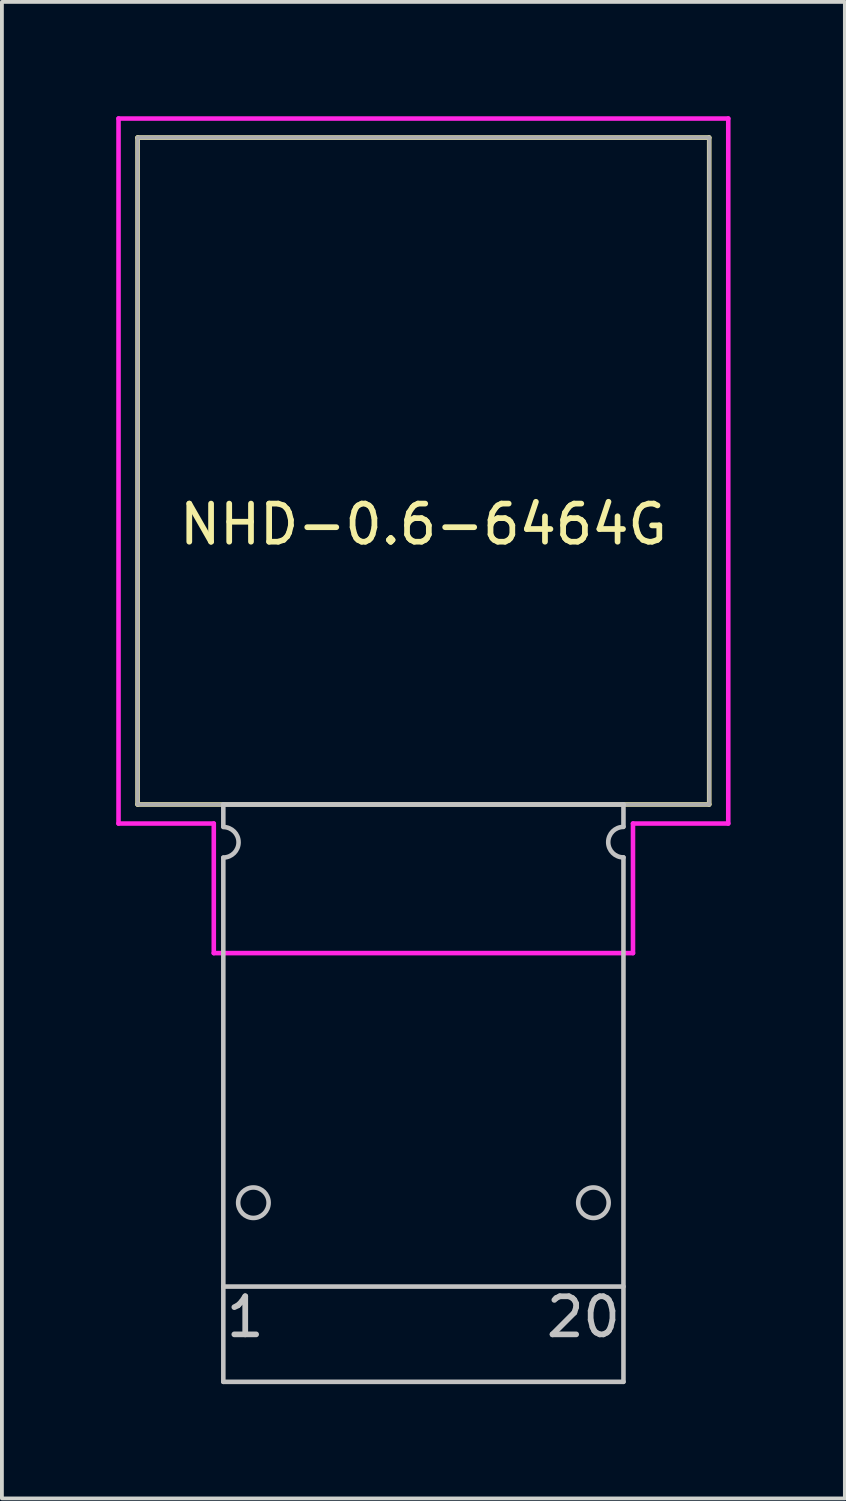
<source format=kicad_pcb>
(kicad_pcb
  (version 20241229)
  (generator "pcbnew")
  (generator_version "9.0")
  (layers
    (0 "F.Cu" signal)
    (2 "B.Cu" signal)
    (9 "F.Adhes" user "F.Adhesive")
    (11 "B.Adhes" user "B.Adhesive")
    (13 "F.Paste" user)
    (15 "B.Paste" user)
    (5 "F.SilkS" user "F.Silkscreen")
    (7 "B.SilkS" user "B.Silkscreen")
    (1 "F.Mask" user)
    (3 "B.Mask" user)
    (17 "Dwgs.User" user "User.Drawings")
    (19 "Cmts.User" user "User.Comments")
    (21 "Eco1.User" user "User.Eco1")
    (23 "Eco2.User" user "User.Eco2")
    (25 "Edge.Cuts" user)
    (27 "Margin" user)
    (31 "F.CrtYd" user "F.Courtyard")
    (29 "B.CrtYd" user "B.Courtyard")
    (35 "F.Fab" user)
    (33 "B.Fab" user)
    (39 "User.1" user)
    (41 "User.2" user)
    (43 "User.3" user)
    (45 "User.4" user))
  (footprint "NHD-0.6-6464G"
    (layer "F.Cu")
    (at 8.06 10.71)
    (property "Reference" "NHD-0.6-6464G" (at 0 0 0) (unlocked yes) (layer "F.SilkS") (effects (font (size 1 1) (thickness 0.15))))
    (attr through_hole)
    (fp_line (start -7.5 -10.15) (end 7.5 -10.15) (stroke (width 0.12) (type solid)) (layer "F.SilkS"))
    (fp_line (start -7.5 7.35) (end -7.5 -10.15) (stroke (width 0.12) (type solid)) (layer "F.SilkS"))
    (fp_line (start 7.5 -10.15) (end 7.5 7.35) (stroke (width 0.12) (type solid)) (layer "F.SilkS"))
    (fp_line (start 7.5 7.35) (end -7.5 7.35) (stroke (width 0.12) (type solid)) (layer "F.SilkS"))
    (fp_line (start -5.25 7.35) (end -5.25 7.925) (stroke (width 0.12) (type solid)) (layer "Dwgs.User"))
    (fp_line (start -5.25 7.35) (end 5.25 7.35) (stroke (width 0.12) (type solid)) (layer "Dwgs.User"))
    (fp_line (start -5.25 20) (end 5.25 20) (stroke (width 0.12) (type solid)) (layer "Dwgs.User"))
    (fp_line (start -5.25 22.5) (end -5.25 8.75) (stroke (width 0.12) (type solid)) (layer "Dwgs.User"))
    (fp_line (start 5.25 7.925) (end 5.25 7.35) (stroke (width 0.12) (type solid)) (layer "Dwgs.User"))
    (fp_line (start 5.25 8.74) (end 5.25 22.5) (stroke (width 0.12) (type solid)) (layer "Dwgs.User"))
    (fp_line (start 5.25 22.5) (end -5.25 22.5) (stroke (width 0.12) (type solid)) (layer "Dwgs.User"))
    (fp_arc (start -5.249795 7.941937) (mid -4.849795 8.341937) (end -5.249795 8.741937) (stroke (width 0.12) (type solid)) (layer "Dwgs.User"))
    (fp_arc (start 5.25 8.73882) (mid 4.85 8.33882) (end 5.25 7.93882) (stroke (width 0.12) (type solid)) (layer "Dwgs.User"))
    (fp_circle (center -4.461 17.8) (end -4.061 17.8) (stroke (width 0.12) (type solid)) (fill no) (layer "Dwgs.User"))
    (fp_circle (center 4.462 17.8) (end 4.862 17.8) (stroke (width 0.12) (type solid)) (fill no) (layer "Dwgs.User"))
    (fp_line (start -8 -10.65) (end 8 -10.65) (stroke (width 0.12) (type solid)) (layer "F.CrtYd"))
    (fp_line (start -8 7.85) (end -8 -10.65) (stroke (width 0.12) (type solid)) (layer "F.CrtYd"))
    (fp_line (start -5.5 7.85) (end -8 7.85) (stroke (width 0.12) (type solid)) (layer "F.CrtYd"))
    (fp_line (start -5.5 7.85) (end -5.5 11.25) (stroke (width 0.12) (type solid)) (layer "F.CrtYd"))
    (fp_line (start -5.5 11.25) (end 5.5 11.25) (stroke (width 0.12) (type solid)) (layer "F.CrtYd"))
    (fp_line (start 5.5 11.25) (end 5.5 7.85) (stroke (width 0.12) (type solid)) (layer "F.CrtYd"))
    (fp_line (start 8 -10.65) (end 8 7.85) (stroke (width 0.12) (type solid)) (layer "F.CrtYd"))
    (fp_line (start 8 7.85) (end 5.5 7.85) (stroke (width 0.12) (type solid)) (layer "F.CrtYd"))
    (fp_line (start -7.501 -10.151) (end 7.499 -10.151) (stroke (width 0.1) (type solid)) (layer "F.Fab"))
    (fp_line (start -7.5 7.35) (end -7.5 -10.15) (stroke (width 0.1) (type solid)) (layer "F.Fab"))
    (fp_line (start 7.5 -10.15) (end 7.5 7.35) (stroke (width 0.1) (type solid)) (layer "F.Fab"))
    (fp_line (start 7.5 7.35) (end -7.5 7.35) (stroke (width 0.1) (type solid)) (layer "F.Fab"))
    (fp_text user "1" (at -5.25 20.8 0) (unlocked yes) (layer "Dwgs.User") (effects (font (size 1 1) (thickness 0.15)) (justify left)))
    (fp_text user "20" (at 5.25 20.8 0) (unlocked yes) (layer "Dwgs.User") (effects (font (size 1 1) (thickness 0.15)) (justify right))))
  (gr_rect
    (start -3 -3)
    (end 19.12 36.27)
    (stroke (width 0.1) (type default))
    (fill no)
    (layer "Edge.Cuts")))
</source>
